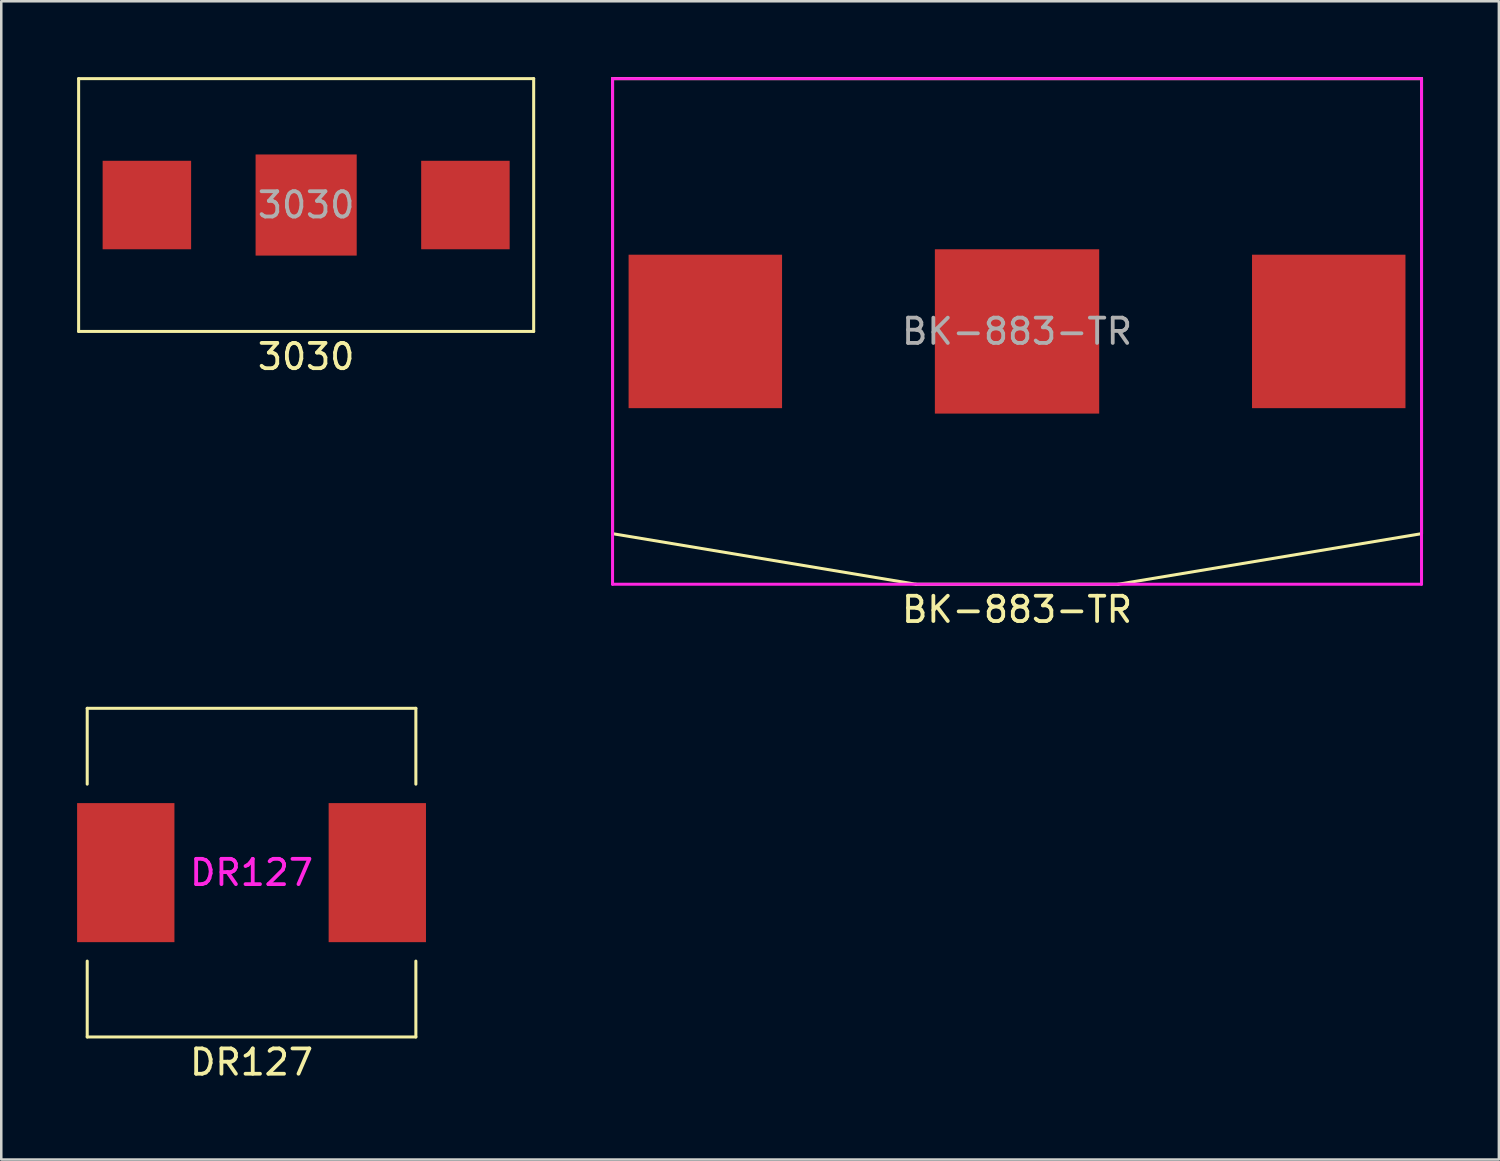
<source format=kicad_pcb>
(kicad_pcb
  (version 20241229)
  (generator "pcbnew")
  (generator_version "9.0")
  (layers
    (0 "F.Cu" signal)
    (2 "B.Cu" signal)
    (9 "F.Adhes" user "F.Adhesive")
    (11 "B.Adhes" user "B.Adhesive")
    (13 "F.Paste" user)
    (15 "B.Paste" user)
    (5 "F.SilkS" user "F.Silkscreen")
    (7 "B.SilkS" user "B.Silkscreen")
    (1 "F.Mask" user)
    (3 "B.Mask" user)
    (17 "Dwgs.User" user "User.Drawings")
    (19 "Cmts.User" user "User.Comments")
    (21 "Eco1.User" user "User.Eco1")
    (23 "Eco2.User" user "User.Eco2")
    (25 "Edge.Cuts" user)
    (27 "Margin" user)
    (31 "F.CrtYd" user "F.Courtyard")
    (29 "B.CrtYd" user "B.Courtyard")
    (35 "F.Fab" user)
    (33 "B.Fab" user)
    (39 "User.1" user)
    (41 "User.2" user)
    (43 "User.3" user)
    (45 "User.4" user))
  (footprint "DR127"
    (layer "F.Cu")
    (at 6.9 31.468)
    (property "Reference" "DR127" (at 0 7.5 0) (layer "F.SilkS") (effects (font (size 1 1) (thickness 0.15))))
    (attr through_hole)
    (fp_line (start -6.5 -6.5) (end -6.5 -3.5) (stroke (width 0.12) (type solid)) (layer "F.SilkS"))
    (fp_line (start -6.5 -6.5) (end 6.5 -6.5) (stroke (width 0.12) (type solid)) (layer "F.SilkS"))
    (fp_line (start -6.5 6.5) (end -6.5 3.5) (stroke (width 0.12) (type solid)) (layer "F.SilkS"))
    (fp_line (start 6.5 -6.5) (end 6.5 -3.5) (stroke (width 0.12) (type solid)) (layer "F.SilkS"))
    (fp_line (start 6.5 3.5) (end 6.5 6.5) (stroke (width 0.12) (type solid)) (layer "F.SilkS"))
    (fp_line (start 6.5 6.5) (end -6.5 6.5) (stroke (width 0.12) (type solid)) (layer "F.SilkS"))
    (fp_text user "${REFERENCE}" (at 0 0 0) (layer "F.CrtYd") (effects (font (size 1 1) (thickness 0.15))))
    (pad "1" smd rect (at -4.975 0) (size 3.85 5.5) (layers "F.Cu" "F.Mask" "F.Paste"))
    (pad "2" smd rect (at 4.975 0) (size 3.85 5.5) (layers "F.Cu" "F.Mask" "F.Paste")))
  (footprint "3030"
    (layer "F.Cu")
    (at 9.06 5.06)
    (property "Reference" "3030" (at 0 6 0) (layer "F.SilkS") (effects (font (size 1 1) (thickness 0.15))))
    (attr through_hole)
    (fp_line (start -9 -5) (end 9 -5) (stroke (width 0.12) (type solid)) (layer "F.SilkS"))
    (fp_line (start -9 5) (end -9 -5) (stroke (width 0.12) (type solid)) (layer "F.SilkS"))
    (fp_line (start 9 -5) (end 9 5) (stroke (width 0.12) (type solid)) (layer "F.SilkS"))
    (fp_line (start 9 5) (end -9 5) (stroke (width 0.12) (type solid)) (layer "F.SilkS"))
    (fp_text user "${REFERENCE}" (at 0 0 0) (layer "F.Fab") (effects (font (size 1 1) (thickness 0.15))))
    (pad "1" smd rect (at -6.3 0) (size 3.5 3.5) (layers "F.Cu" "F.Mask" "F.Paste"))
    (pad "1" smd rect (at 6.3 0) (size 3.5 3.5) (layers "F.Cu" "F.Mask" "F.Paste"))
    (pad "2" smd rect (at 0 0) (size 4 4) (layers "F.Cu" "F.Mask")))
  (footprint "BK-883-TR"
    (layer "F.Cu")
    (at 37.18 10.06)
    (property "Reference" "BK-883-TR" (at 0 11 0) (layer "F.SilkS") (effects (font (size 1 1) (thickness 0.15))))
    (attr smd)
    (fp_line (start -16 -10) (end 16 -10) (stroke (width 0.12) (type solid)) (layer "F.SilkS"))
    (fp_line (start -16 8) (end -16 -10) (stroke (width 0.12) (type solid)) (layer "F.SilkS"))
    (fp_line (start -4 10) (end -16 8) (stroke (width 0.12) (type solid)) (layer "F.SilkS"))
    (fp_line (start 4 10) (end -4 10) (stroke (width 0.12) (type solid)) (layer "F.SilkS"))
    (fp_line (start 16 -10) (end 16 4) (stroke (width 0.12) (type solid)) (layer "F.SilkS"))
    (fp_line (start 16 4) (end 16 8) (stroke (width 0.12) (type solid)) (layer "F.SilkS"))
    (fp_line (start 16 8) (end 4 10) (stroke (width 0.12) (type solid)) (layer "F.SilkS"))
    (fp_line (start -16 -10) (end 16 -10) (stroke (width 0.12) (type solid)) (layer "F.CrtYd"))
    (fp_line (start -16 10) (end -16 -10) (stroke (width 0.12) (type solid)) (layer "F.CrtYd"))
    (fp_line (start 16 -10) (end 16 10) (stroke (width 0.12) (type solid)) (layer "F.CrtYd"))
    (fp_line (start 16 10) (end -16 10) (stroke (width 0.12) (type solid)) (layer "F.CrtYd"))
    (fp_text user "${REFERENCE}" (at 0 0 0) (layer "F.Fab") (effects (font (size 1 1) (thickness 0.15))))
    (pad "1" smd rect (at -12.33 0) (size 6.07 6.07) (layers "F.Cu" "F.Mask" "F.Paste"))
    (pad "1" smd rect (at 12.33 0) (size 6.07 6.07) (layers "F.Cu" "F.Mask" "F.Paste"))
    (pad "2" smd rect (at 0 0) (size 6.5 6.5) (layers "F.Cu" "F.Mask" "F.Paste")))
  (gr_rect
    (start -3 -3)
    (end 56.24 42.816)
    (stroke (width 0.1) (type default))
    (fill no)
    (layer "Edge.Cuts")))
</source>
